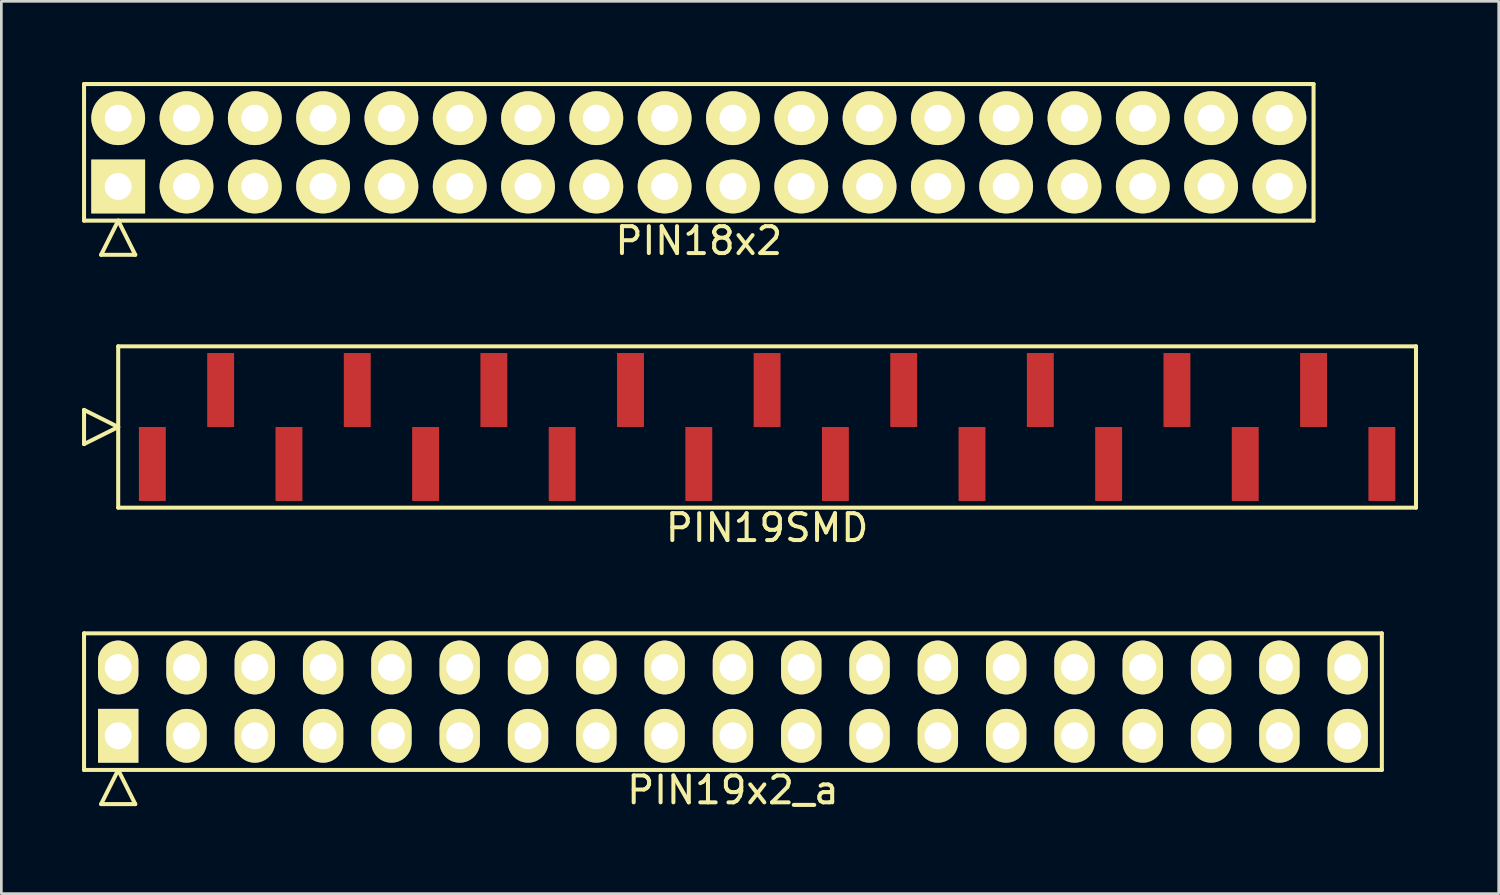
<source format=kicad_pcb>
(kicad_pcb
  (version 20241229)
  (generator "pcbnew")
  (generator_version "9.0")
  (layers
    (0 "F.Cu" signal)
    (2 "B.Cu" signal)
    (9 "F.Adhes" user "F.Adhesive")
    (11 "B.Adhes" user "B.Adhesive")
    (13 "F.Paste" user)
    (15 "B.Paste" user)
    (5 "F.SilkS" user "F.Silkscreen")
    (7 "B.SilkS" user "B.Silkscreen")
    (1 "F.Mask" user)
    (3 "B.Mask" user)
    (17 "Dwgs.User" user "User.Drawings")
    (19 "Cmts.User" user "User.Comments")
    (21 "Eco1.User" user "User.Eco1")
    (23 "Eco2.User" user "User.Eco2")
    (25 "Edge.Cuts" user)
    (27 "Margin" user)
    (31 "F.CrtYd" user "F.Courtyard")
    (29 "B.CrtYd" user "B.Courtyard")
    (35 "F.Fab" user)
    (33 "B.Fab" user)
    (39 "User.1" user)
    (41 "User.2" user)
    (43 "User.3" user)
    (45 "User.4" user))
  (footprint "PIN19x2_a"
    (layer "F.Cu")
    (at 24.205 23.041)
    (property "Reference" "PIN19x2_a" (at 0 3.29 0) (layer "F.SilkS") (effects (font (size 1 1) (thickness 0.15))))
    (attr through_hole)
    (fp_line (start -24.13 -2.54) (end -24.13 2.54) (stroke (width 0.15) (type solid)) (layer "F.SilkS"))
    (fp_line (start -24.13 2.54) (end 24.13 2.54) (stroke (width 0.15) (type solid)) (layer "F.SilkS"))
    (fp_line (start -23.495 3.81) (end -22.86 2.54) (stroke (width 0.15) (type solid)) (layer "F.SilkS"))
    (fp_line (start -23.495 3.81) (end -22.225 3.81) (stroke (width 0.15) (type solid)) (layer "F.SilkS"))
    (fp_line (start -22.225 3.81) (end -22.86 2.54) (stroke (width 0.15) (type solid)) (layer "F.SilkS"))
    (fp_line (start 24.13 -2.54) (end -24.13 -2.54) (stroke (width 0.15) (type solid)) (layer "F.SilkS"))
    (fp_line (start 24.13 2.54) (end 24.13 -2.54) (stroke (width 0.15) (type solid)) (layer "F.SilkS"))
    (pad "1" thru_hole rect (at -22.86 1.27) (size 1.5 2) (drill 1) (layers "*.Cu" "*.Mask" "F.SilkS"))
    (pad "2" thru_hole oval (at -22.86 -1.27) (size 1.5 2) (drill 1) (layers "*.Cu" "*.Mask" "F.SilkS"))
    (pad "3" thru_hole oval (at -20.32 1.27) (size 1.5 2) (drill 1) (layers "*.Cu" "*.Mask" "F.SilkS"))
    (pad "4" thru_hole oval (at -20.32 -1.27) (size 1.5 2) (drill 1) (layers "*.Cu" "*.Mask" "F.SilkS"))
    (pad "5" thru_hole oval (at -17.78 1.27) (size 1.5 2) (drill 1) (layers "*.Cu" "*.Mask" "F.SilkS"))
    (pad "6" thru_hole oval (at -17.78 -1.27) (size 1.5 2) (drill 1) (layers "*.Cu" "*.Mask" "F.SilkS"))
    (pad "7" thru_hole oval (at -15.24 1.27) (size 1.5 2) (drill 1) (layers "*.Cu" "*.Mask" "F.SilkS"))
    (pad "8" thru_hole oval (at -15.24 -1.27) (size 1.5 2) (drill 1) (layers "*.Cu" "*.Mask" "F.SilkS"))
    (pad "9" thru_hole oval (at -12.7 1.27) (size 1.5 2) (drill 1) (layers "*.Cu" "*.Mask" "F.SilkS"))
    (pad "10" thru_hole oval (at -12.7 -1.27) (size 1.5 2) (drill 1) (layers "*.Cu" "*.Mask" "F.SilkS"))
    (pad "11" thru_hole oval (at -10.16 1.27) (size 1.5 2) (drill 1) (layers "*.Cu" "*.Mask" "F.SilkS"))
    (pad "12" thru_hole oval (at -10.16 -1.27) (size 1.5 2) (drill 1) (layers "*.Cu" "*.Mask" "F.SilkS"))
    (pad "13" thru_hole oval (at -7.62 1.27) (size 1.5 2) (drill 1) (layers "*.Cu" "*.Mask" "F.SilkS"))
    (pad "14" thru_hole oval (at -7.62 -1.27) (size 1.5 2) (drill 1) (layers "*.Cu" "*.Mask" "F.SilkS"))
    (pad "15" thru_hole oval (at -5.08 1.27) (size 1.5 2) (drill 1) (layers "*.Cu" "*.Mask" "F.SilkS"))
    (pad "16" thru_hole oval (at -5.08 -1.27) (size 1.5 2) (drill 1) (layers "*.Cu" "*.Mask" "F.SilkS"))
    (pad "17" thru_hole oval (at -2.54 1.27) (size 1.5 2) (drill 1) (layers "*.Cu" "*.Mask" "F.SilkS"))
    (pad "18" thru_hole oval (at -2.54 -1.27) (size 1.5 2) (drill 1) (layers "*.Cu" "*.Mask" "F.SilkS"))
    (pad "19" thru_hole oval (at 0 1.27) (size 1.5 2) (drill 1) (layers "*.Cu" "*.Mask" "F.SilkS"))
    (pad "20" thru_hole oval (at 0 -1.27) (size 1.5 2) (drill 1) (layers "*.Cu" "*.Mask" "F.SilkS"))
    (pad "21" thru_hole oval (at 2.54 1.27) (size 1.5 2) (drill 1) (layers "*.Cu" "*.Mask" "F.SilkS"))
    (pad "22" thru_hole oval (at 2.54 -1.27) (size 1.5 2) (drill 1) (layers "*.Cu" "*.Mask" "F.SilkS"))
    (pad "23" thru_hole oval (at 5.08 1.27) (size 1.5 2) (drill 1) (layers "*.Cu" "*.Mask" "F.SilkS"))
    (pad "24" thru_hole oval (at 5.08 -1.27) (size 1.5 2) (drill 1) (layers "*.Cu" "*.Mask" "F.SilkS"))
    (pad "25" thru_hole oval (at 7.62 1.27) (size 1.5 2) (drill 1) (layers "*.Cu" "*.Mask" "F.SilkS"))
    (pad "26" thru_hole oval (at 7.62 -1.27) (size 1.5 2) (drill 1) (layers "*.Cu" "*.Mask" "F.SilkS"))
    (pad "27" thru_hole oval (at 10.16 1.27) (size 1.5 2) (drill 1) (layers "*.Cu" "*.Mask" "F.SilkS"))
    (pad "28" thru_hole oval (at 10.16 -1.27) (size 1.5 2) (drill 1) (layers "*.Cu" "*.Mask" "F.SilkS"))
    (pad "29" thru_hole oval (at 12.7 1.27) (size 1.5 2) (drill 1) (layers "*.Cu" "*.Mask" "F.SilkS"))
    (pad "30" thru_hole oval (at 12.7 -1.27) (size 1.5 2) (drill 1) (layers "*.Cu" "*.Mask" "F.SilkS"))
    (pad "31" thru_hole oval (at 15.24 1.27) (size 1.5 2) (drill 1) (layers "*.Cu" "*.Mask" "F.SilkS"))
    (pad "32" thru_hole oval (at 15.24 -1.27) (size 1.5 2) (drill 1) (layers "*.Cu" "*.Mask" "F.SilkS"))
    (pad "33" thru_hole oval (at 17.78 1.27) (size 1.5 2) (drill 1) (layers "*.Cu" "*.Mask" "F.SilkS"))
    (pad "34" thru_hole oval (at 17.78 -1.27) (size 1.5 2) (drill 1) (layers "*.Cu" "*.Mask" "F.SilkS"))
    (pad "35" thru_hole oval (at 20.32 1.27) (size 1.5 2) (drill 1) (layers "*.Cu" "*.Mask" "F.SilkS"))
    (pad "36" thru_hole oval (at 20.32 -1.27) (size 1.5 2) (drill 1) (layers "*.Cu" "*.Mask" "F.SilkS"))
    (pad "37" thru_hole oval (at 22.86 1.27) (size 1.5 2) (drill 1) (layers "*.Cu" "*.Mask" "F.SilkS"))
    (pad "38" thru_hole oval (at 22.86 -1.27) (size 1.5 2) (drill 1) (layers "*.Cu" "*.Mask" "F.SilkS")))
  (footprint "PIN19SMD"
    (layer "F.Cu")
    (at 25.475 12.828)
    (property "Reference" "PIN19SMD" (at 0 3.75 0) (layer "F.SilkS") (effects (font (size 1 1) (thickness 0.15))))
    (attr through_hole)
    (fp_line (start -25.4 0.635) (end -25.4 -0.635) (stroke (width 0.15) (type solid)) (layer "F.SilkS"))
    (fp_line (start -24.13 -3) (end -24.13 3) (stroke (width 0.15) (type solid)) (layer "F.SilkS"))
    (fp_line (start -24.13 0) (end -25.4 -0.635) (stroke (width 0.15) (type solid)) (layer "F.SilkS"))
    (fp_line (start -24.13 0) (end -25.4 0.635) (stroke (width 0.15) (type solid)) (layer "F.SilkS"))
    (fp_line (start -24.13 3) (end 24.13 3) (stroke (width 0.15) (type solid)) (layer "F.SilkS"))
    (fp_line (start 24.13 -3) (end -24.13 -3) (stroke (width 0.15) (type solid)) (layer "F.SilkS"))
    (fp_line (start 24.13 3) (end 24.13 -3) (stroke (width 0.15) (type solid)) (layer "F.SilkS"))
    (pad "1" smd rect (at -22.86 1.375) (size 1 2.75) (layers "F.Cu" "F.Mask" "F.Paste"))
    (pad "2" smd rect (at -20.32 -1.375) (size 1 2.75) (layers "F.Cu" "F.Mask" "F.Paste"))
    (pad "3" smd rect (at -17.78 1.375) (size 1 2.75) (layers "F.Cu" "F.Mask" "F.Paste"))
    (pad "4" smd rect (at -15.24 -1.375) (size 1 2.75) (layers "F.Cu" "F.Mask" "F.Paste"))
    (pad "5" smd rect (at -12.7 1.375) (size 1 2.75) (layers "F.Cu" "F.Mask" "F.Paste"))
    (pad "6" smd rect (at -10.16 -1.375) (size 1 2.75) (layers "F.Cu" "F.Mask" "F.Paste"))
    (pad "7" smd rect (at -7.62 1.375) (size 1 2.75) (layers "F.Cu" "F.Mask" "F.Paste"))
    (pad "8" smd rect (at -5.08 -1.375) (size 1 2.75) (layers "F.Cu" "F.Mask" "F.Paste"))
    (pad "9" smd rect (at -2.54 1.375) (size 1 2.75) (layers "F.Cu" "F.Mask" "F.Paste"))
    (pad "10" smd rect (at 0 -1.375) (size 1 2.75) (layers "F.Cu" "F.Mask" "F.Paste"))
    (pad "11" smd rect (at 2.54 1.375) (size 1 2.75) (layers "F.Cu" "F.Mask" "F.Paste"))
    (pad "12" smd rect (at 5.08 -1.375) (size 1 2.75) (layers "F.Cu" "F.Mask" "F.Paste"))
    (pad "13" smd rect (at 7.62 1.375) (size 1 2.75) (layers "F.Cu" "F.Mask" "F.Paste"))
    (pad "14" smd rect (at 10.16 -1.375) (size 1 2.75) (layers "F.Cu" "F.Mask" "F.Paste"))
    (pad "15" smd rect (at 12.7 1.375) (size 1 2.75) (layers "F.Cu" "F.Mask" "F.Paste"))
    (pad "16" smd rect (at 15.24 -1.375) (size 1 2.75) (layers "F.Cu" "F.Mask" "F.Paste"))
    (pad "17" smd rect (at 17.78 1.375) (size 1 2.75) (layers "F.Cu" "F.Mask" "F.Paste"))
    (pad "18" smd rect (at 20.32 -1.375) (size 1 2.75) (layers "F.Cu" "F.Mask" "F.Paste"))
    (pad "19" smd rect (at 22.86 1.375) (size 1 2.75) (layers "F.Cu" "F.Mask" "F.Paste")))
  (footprint "PIN18x2"
    (layer "F.Cu")
    (at 22.935 2.615)
    (property "Reference" "PIN18x2" (at 0 3.29 0) (layer "F.SilkS") (effects (font (size 1 1) (thickness 0.15))))
    (attr through_hole)
    (fp_line (start -22.86 -2.54) (end -22.86 2.54) (stroke (width 0.15) (type solid)) (layer "F.SilkS"))
    (fp_line (start -22.86 2.54) (end 22.86 2.54) (stroke (width 0.15) (type solid)) (layer "F.SilkS"))
    (fp_line (start -22.225 3.81) (end -21.59 2.54) (stroke (width 0.15) (type solid)) (layer "F.SilkS"))
    (fp_line (start -22.225 3.81) (end -20.955 3.81) (stroke (width 0.15) (type solid)) (layer "F.SilkS"))
    (fp_line (start -20.955 3.81) (end -21.59 2.54) (stroke (width 0.15) (type solid)) (layer "F.SilkS"))
    (fp_line (start 22.86 -2.54) (end -22.86 -2.54) (stroke (width 0.15) (type solid)) (layer "F.SilkS"))
    (fp_line (start 22.86 2.54) (end 22.86 -2.54) (stroke (width 0.15) (type solid)) (layer "F.SilkS"))
    (pad "1" thru_hole rect (at -21.59 1.27) (size 2 2) (drill 1) (layers "*.Cu" "*.Mask" "F.SilkS"))
    (pad "2" thru_hole oval (at -21.59 -1.27) (size 2 2) (drill 1) (layers "*.Cu" "*.Mask" "F.SilkS"))
    (pad "3" thru_hole oval (at -19.05 1.27) (size 2 2) (drill 1) (layers "*.Cu" "*.Mask" "F.SilkS"))
    (pad "4" thru_hole oval (at -19.05 -1.27) (size 2 2) (drill 1) (layers "*.Cu" "*.Mask" "F.SilkS"))
    (pad "5" thru_hole oval (at -16.51 1.27) (size 2 2) (drill 1) (layers "*.Cu" "*.Mask" "F.SilkS"))
    (pad "6" thru_hole oval (at -16.51 -1.27) (size 2 2) (drill 1) (layers "*.Cu" "*.Mask" "F.SilkS"))
    (pad "7" thru_hole oval (at -13.97 1.27) (size 2 2) (drill 1) (layers "*.Cu" "*.Mask" "F.SilkS"))
    (pad "8" thru_hole oval (at -13.97 -1.27) (size 2 2) (drill 1) (layers "*.Cu" "*.Mask" "F.SilkS"))
    (pad "9" thru_hole oval (at -11.43 1.27) (size 2 2) (drill 1) (layers "*.Cu" "*.Mask" "F.SilkS"))
    (pad "10" thru_hole oval (at -11.43 -1.27) (size 2 2) (drill 1) (layers "*.Cu" "*.Mask" "F.SilkS"))
    (pad "11" thru_hole oval (at -8.89 1.27) (size 2 2) (drill 1) (layers "*.Cu" "*.Mask" "F.SilkS"))
    (pad "12" thru_hole oval (at -8.89 -1.27) (size 2 2) (drill 1) (layers "*.Cu" "*.Mask" "F.SilkS"))
    (pad "13" thru_hole oval (at -6.35 1.27) (size 2 2) (drill 1) (layers "*.Cu" "*.Mask" "F.SilkS"))
    (pad "14" thru_hole oval (at -6.35 -1.27) (size 2 2) (drill 1) (layers "*.Cu" "*.Mask" "F.SilkS"))
    (pad "15" thru_hole oval (at -3.81 1.27) (size 2 2) (drill 1) (layers "*.Cu" "*.Mask" "F.SilkS"))
    (pad "16" thru_hole oval (at -3.81 -1.27) (size 2 2) (drill 1) (layers "*.Cu" "*.Mask" "F.SilkS"))
    (pad "17" thru_hole oval (at -1.27 1.27) (size 2 2) (drill 1) (layers "*.Cu" "*.Mask" "F.SilkS"))
    (pad "18" thru_hole oval (at -1.27 -1.27) (size 2 2) (drill 1) (layers "*.Cu" "*.Mask" "F.SilkS"))
    (pad "19" thru_hole oval (at 1.27 1.27) (size 2 2) (drill 1) (layers "*.Cu" "*.Mask" "F.SilkS"))
    (pad "20" thru_hole oval (at 1.27 -1.27) (size 2 2) (drill 1) (layers "*.Cu" "*.Mask" "F.SilkS"))
    (pad "21" thru_hole oval (at 3.81 1.27) (size 2 2) (drill 1) (layers "*.Cu" "*.Mask" "F.SilkS"))
    (pad "22" thru_hole oval (at 3.81 -1.27) (size 2 2) (drill 1) (layers "*.Cu" "*.Mask" "F.SilkS"))
    (pad "23" thru_hole oval (at 6.35 1.27) (size 2 2) (drill 1) (layers "*.Cu" "*.Mask" "F.SilkS"))
    (pad "24" thru_hole oval (at 6.35 -1.27) (size 2 2) (drill 1) (layers "*.Cu" "*.Mask" "F.SilkS"))
    (pad "25" thru_hole oval (at 8.89 1.27) (size 2 2) (drill 1) (layers "*.Cu" "*.Mask" "F.SilkS"))
    (pad "26" thru_hole oval (at 8.89 -1.27) (size 2 2) (drill 1) (layers "*.Cu" "*.Mask" "F.SilkS"))
    (pad "27" thru_hole oval (at 11.43 1.27) (size 2 2) (drill 1) (layers "*.Cu" "*.Mask" "F.SilkS"))
    (pad "28" thru_hole oval (at 11.43 -1.27) (size 2 2) (drill 1) (layers "*.Cu" "*.Mask" "F.SilkS"))
    (pad "29" thru_hole oval (at 13.97 1.27) (size 2 2) (drill 1) (layers "*.Cu" "*.Mask" "F.SilkS"))
    (pad "30" thru_hole oval (at 13.97 -1.27) (size 2 2) (drill 1) (layers "*.Cu" "*.Mask" "F.SilkS"))
    (pad "31" thru_hole oval (at 16.51 1.27) (size 2 2) (drill 1) (layers "*.Cu" "*.Mask" "F.SilkS"))
    (pad "32" thru_hole oval (at 16.51 -1.27) (size 2 2) (drill 1) (layers "*.Cu" "*.Mask" "F.SilkS"))
    (pad "33" thru_hole oval (at 19.05 1.27) (size 2 2) (drill 1) (layers "*.Cu" "*.Mask" "F.SilkS"))
    (pad "34" thru_hole oval (at 19.05 -1.27) (size 2 2) (drill 1) (layers "*.Cu" "*.Mask" "F.SilkS"))
    (pad "35" thru_hole oval (at 21.59 1.27) (size 2 2) (drill 1) (layers "*.Cu" "*.Mask" "F.SilkS"))
    (pad "36" thru_hole oval (at 21.59 -1.27) (size 2 2) (drill 1) (layers "*.Cu" "*.Mask" "F.SilkS")))
  (gr_rect
    (start -3 -3)
    (end 52.68 30.18)
    (stroke (width 0.1) (type default))
    (fill no)
    (layer "Edge.Cuts")))
</source>
